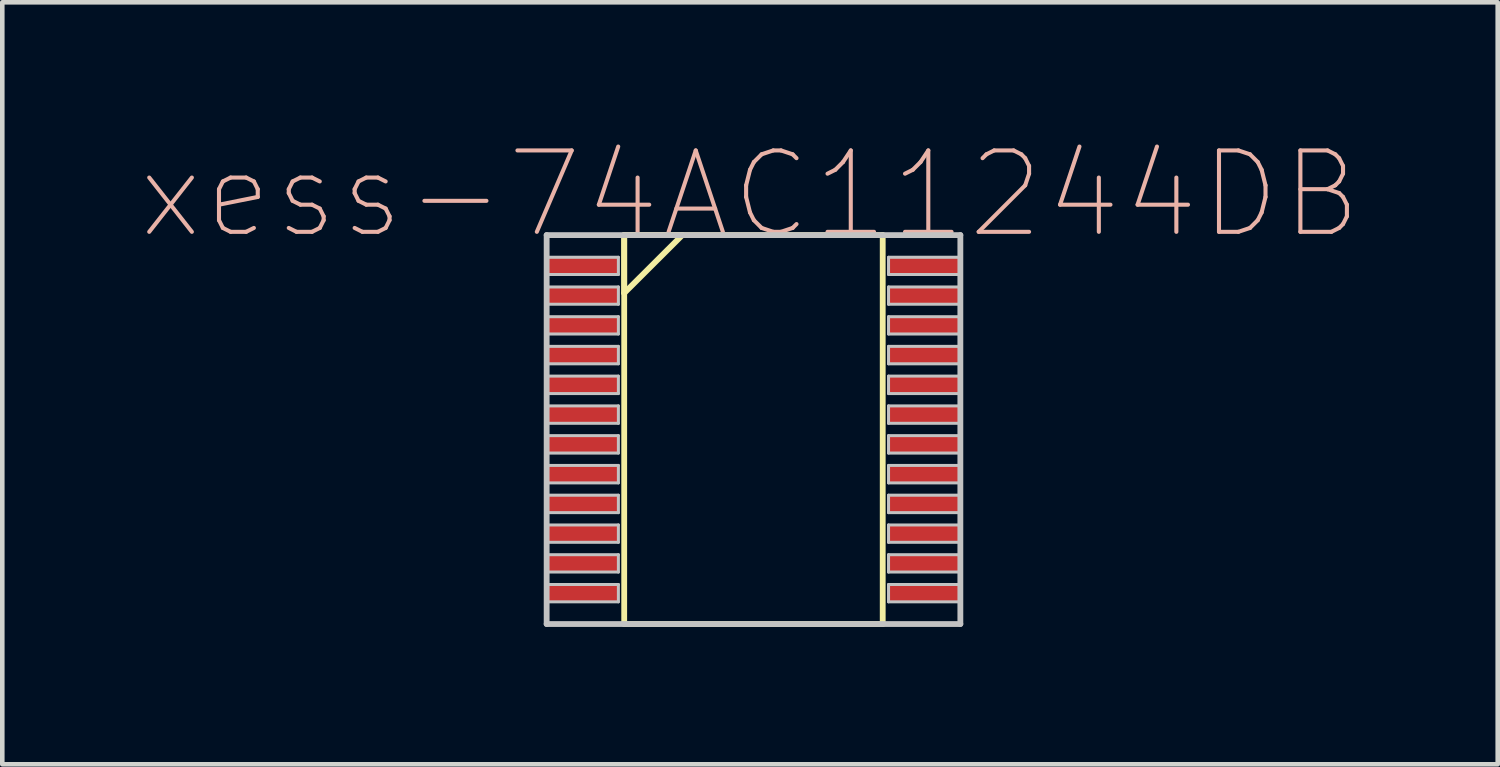
<source format=kicad_pcb>
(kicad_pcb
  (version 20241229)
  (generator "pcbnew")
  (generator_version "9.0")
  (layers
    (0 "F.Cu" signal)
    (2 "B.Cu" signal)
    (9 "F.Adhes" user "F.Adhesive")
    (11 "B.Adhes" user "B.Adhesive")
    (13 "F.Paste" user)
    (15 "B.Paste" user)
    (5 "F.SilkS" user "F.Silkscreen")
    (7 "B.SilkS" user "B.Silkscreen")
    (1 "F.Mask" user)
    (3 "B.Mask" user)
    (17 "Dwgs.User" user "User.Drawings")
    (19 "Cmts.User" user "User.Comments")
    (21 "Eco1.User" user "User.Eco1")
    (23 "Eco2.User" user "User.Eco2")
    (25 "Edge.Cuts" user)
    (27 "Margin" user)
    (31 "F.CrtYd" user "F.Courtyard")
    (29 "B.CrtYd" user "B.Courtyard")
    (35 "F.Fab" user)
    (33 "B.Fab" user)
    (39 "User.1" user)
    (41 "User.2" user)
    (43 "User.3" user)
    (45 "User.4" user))
  (footprint "xess-74AC11244DB"
    (layer "F.Cu")
    (at 9.785 2.758)
    (property "Reference" "xess-74AC11244DB" (at 3.548 -1.562 0) (layer "B.SilkS") (effects (font (size 1.778 1.778) (thickness 0.089))))
    (attr smd)
    (fp_line (start 0.8 -0.673) (end 0.8 0.594) (stroke (width 0.127) (type solid)) (layer "F.SilkS"))
    (fp_line (start 0.8 -0.673) (end 0.8 7.823) (stroke (width 0.127) (type solid)) (layer "F.SilkS"))
    (fp_line (start 0.8 0.594) (end 2.07 -0.673) (stroke (width 0.127) (type solid)) (layer "F.SilkS"))
    (fp_line (start 0.8 7.823) (end 6.447 7.823) (stroke (width 0.127) (type solid)) (layer "F.SilkS"))
    (fp_line (start 2.07 -0.673) (end 0.8 -0.673) (stroke (width 0.127) (type solid)) (layer "F.SilkS"))
    (fp_line (start 6.447 -0.673) (end 0.8 -0.673) (stroke (width 0.127) (type solid)) (layer "F.SilkS"))
    (fp_line (start 6.447 7.823) (end 6.447 -0.673) (stroke (width 0.127) (type solid)) (layer "F.SilkS"))
    (fp_line (start -0.894 -0.673) (end -0.894 7.823) (stroke (width 0.127) (type solid)) (layer "Dwgs.User"))
    (fp_line (start -0.894 -0.188) (end 0.673 -0.188) (stroke (width 0.066) (type solid)) (layer "Dwgs.User"))
    (fp_line (start -0.894 0.188) (end -0.894 -0.188) (stroke (width 0.066) (type solid)) (layer "Dwgs.User"))
    (fp_line (start -0.894 0.188) (end 0.673 0.188) (stroke (width 0.066) (type solid)) (layer "Dwgs.User"))
    (fp_line (start -0.894 0.46) (end 0.673 0.46) (stroke (width 0.066) (type solid)) (layer "Dwgs.User"))
    (fp_line (start -0.894 0.838) (end -0.894 0.46) (stroke (width 0.066) (type solid)) (layer "Dwgs.User"))
    (fp_line (start -0.894 0.838) (end 0.673 0.838) (stroke (width 0.066) (type solid)) (layer "Dwgs.User"))
    (fp_line (start -0.894 1.11) (end 0.673 1.11) (stroke (width 0.066) (type solid)) (layer "Dwgs.User"))
    (fp_line (start -0.894 1.488) (end -0.894 1.11) (stroke (width 0.066) (type solid)) (layer "Dwgs.User"))
    (fp_line (start -0.894 1.488) (end 0.673 1.488) (stroke (width 0.066) (type solid)) (layer "Dwgs.User"))
    (fp_line (start -0.894 1.758) (end 0.673 1.758) (stroke (width 0.066) (type solid)) (layer "Dwgs.User"))
    (fp_line (start -0.894 2.139) (end -0.894 1.758) (stroke (width 0.066) (type solid)) (layer "Dwgs.User"))
    (fp_line (start -0.894 2.139) (end 0.673 2.139) (stroke (width 0.066) (type solid)) (layer "Dwgs.User"))
    (fp_line (start -0.894 2.408) (end 0.673 2.408) (stroke (width 0.066) (type solid)) (layer "Dwgs.User"))
    (fp_line (start -0.894 2.789) (end -0.894 2.408) (stroke (width 0.066) (type solid)) (layer "Dwgs.User"))
    (fp_line (start -0.894 2.789) (end 0.673 2.789) (stroke (width 0.066) (type solid)) (layer "Dwgs.User"))
    (fp_line (start -0.894 3.058) (end 0.673 3.058) (stroke (width 0.066) (type solid)) (layer "Dwgs.User"))
    (fp_line (start -0.894 3.439) (end -0.894 3.058) (stroke (width 0.066) (type solid)) (layer "Dwgs.User"))
    (fp_line (start -0.894 3.439) (end 0.673 3.439) (stroke (width 0.066) (type solid)) (layer "Dwgs.User"))
    (fp_line (start -0.894 3.708) (end 0.673 3.708) (stroke (width 0.066) (type solid)) (layer "Dwgs.User"))
    (fp_line (start -0.894 4.089) (end -0.894 3.708) (stroke (width 0.066) (type solid)) (layer "Dwgs.User"))
    (fp_line (start -0.894 4.089) (end 0.673 4.089) (stroke (width 0.066) (type solid)) (layer "Dwgs.User"))
    (fp_line (start -0.894 4.359) (end 0.673 4.359) (stroke (width 0.066) (type solid)) (layer "Dwgs.User"))
    (fp_line (start -0.894 4.74) (end -0.894 4.359) (stroke (width 0.066) (type solid)) (layer "Dwgs.User"))
    (fp_line (start -0.894 4.74) (end 0.673 4.74) (stroke (width 0.066) (type solid)) (layer "Dwgs.User"))
    (fp_line (start -0.894 5.009) (end 0.673 5.009) (stroke (width 0.066) (type solid)) (layer "Dwgs.User"))
    (fp_line (start -0.894 5.39) (end -0.894 5.009) (stroke (width 0.066) (type solid)) (layer "Dwgs.User"))
    (fp_line (start -0.894 5.39) (end 0.673 5.39) (stroke (width 0.066) (type solid)) (layer "Dwgs.User"))
    (fp_line (start -0.894 5.659) (end 0.673 5.659) (stroke (width 0.066) (type solid)) (layer "Dwgs.User"))
    (fp_line (start -0.894 6.038) (end -0.894 5.659) (stroke (width 0.066) (type solid)) (layer "Dwgs.User"))
    (fp_line (start -0.894 6.038) (end 0.673 6.038) (stroke (width 0.066) (type solid)) (layer "Dwgs.User"))
    (fp_line (start -0.894 6.309) (end 0.673 6.309) (stroke (width 0.066) (type solid)) (layer "Dwgs.User"))
    (fp_line (start -0.894 6.688) (end -0.894 6.309) (stroke (width 0.066) (type solid)) (layer "Dwgs.User"))
    (fp_line (start -0.894 6.688) (end 0.673 6.688) (stroke (width 0.066) (type solid)) (layer "Dwgs.User"))
    (fp_line (start -0.894 6.96) (end 0.673 6.96) (stroke (width 0.066) (type solid)) (layer "Dwgs.User"))
    (fp_line (start -0.894 7.338) (end -0.894 6.96) (stroke (width 0.066) (type solid)) (layer "Dwgs.User"))
    (fp_line (start -0.894 7.338) (end 0.673 7.338) (stroke (width 0.066) (type solid)) (layer "Dwgs.User"))
    (fp_line (start -0.894 7.823) (end 8.143 7.823) (stroke (width 0.127) (type solid)) (layer "Dwgs.User"))
    (fp_line (start 0.673 0.188) (end 0.673 -0.188) (stroke (width 0.066) (type solid)) (layer "Dwgs.User"))
    (fp_line (start 0.673 0.838) (end 0.673 0.46) (stroke (width 0.066) (type solid)) (layer "Dwgs.User"))
    (fp_line (start 0.673 1.488) (end 0.673 1.11) (stroke (width 0.066) (type solid)) (layer "Dwgs.User"))
    (fp_line (start 0.673 2.139) (end 0.673 1.758) (stroke (width 0.066) (type solid)) (layer "Dwgs.User"))
    (fp_line (start 0.673 2.789) (end 0.673 2.408) (stroke (width 0.066) (type solid)) (layer "Dwgs.User"))
    (fp_line (start 0.673 3.439) (end 0.673 3.058) (stroke (width 0.066) (type solid)) (layer "Dwgs.User"))
    (fp_line (start 0.673 4.089) (end 0.673 3.708) (stroke (width 0.066) (type solid)) (layer "Dwgs.User"))
    (fp_line (start 0.673 4.74) (end 0.673 4.359) (stroke (width 0.066) (type solid)) (layer "Dwgs.User"))
    (fp_line (start 0.673 5.39) (end 0.673 5.009) (stroke (width 0.066) (type solid)) (layer "Dwgs.User"))
    (fp_line (start 0.673 6.038) (end 0.673 5.659) (stroke (width 0.066) (type solid)) (layer "Dwgs.User"))
    (fp_line (start 0.673 6.688) (end 0.673 6.309) (stroke (width 0.066) (type solid)) (layer "Dwgs.User"))
    (fp_line (start 0.673 7.338) (end 0.673 6.96) (stroke (width 0.066) (type solid)) (layer "Dwgs.User"))
    (fp_line (start 6.574 -0.188) (end 8.143 -0.188) (stroke (width 0.066) (type solid)) (layer "Dwgs.User"))
    (fp_line (start 6.574 0.188) (end 6.574 -0.188) (stroke (width 0.066) (type solid)) (layer "Dwgs.User"))
    (fp_line (start 6.574 0.188) (end 8.143 0.188) (stroke (width 0.066) (type solid)) (layer "Dwgs.User"))
    (fp_line (start 6.574 0.46) (end 8.143 0.46) (stroke (width 0.066) (type solid)) (layer "Dwgs.User"))
    (fp_line (start 6.574 0.838) (end 6.574 0.46) (stroke (width 0.066) (type solid)) (layer "Dwgs.User"))
    (fp_line (start 6.574 0.838) (end 8.143 0.838) (stroke (width 0.066) (type solid)) (layer "Dwgs.User"))
    (fp_line (start 6.574 1.11) (end 8.143 1.11) (stroke (width 0.066) (type solid)) (layer "Dwgs.User"))
    (fp_line (start 6.574 1.488) (end 6.574 1.11) (stroke (width 0.066) (type solid)) (layer "Dwgs.User"))
    (fp_line (start 6.574 1.488) (end 8.143 1.488) (stroke (width 0.066) (type solid)) (layer "Dwgs.User"))
    (fp_line (start 6.574 1.758) (end 8.143 1.758) (stroke (width 0.066) (type solid)) (layer "Dwgs.User"))
    (fp_line (start 6.574 2.139) (end 6.574 1.758) (stroke (width 0.066) (type solid)) (layer "Dwgs.User"))
    (fp_line (start 6.574 2.139) (end 8.143 2.139) (stroke (width 0.066) (type solid)) (layer "Dwgs.User"))
    (fp_line (start 6.574 2.408) (end 8.143 2.408) (stroke (width 0.066) (type solid)) (layer "Dwgs.User"))
    (fp_line (start 6.574 2.789) (end 6.574 2.408) (stroke (width 0.066) (type solid)) (layer "Dwgs.User"))
    (fp_line (start 6.574 2.789) (end 8.143 2.789) (stroke (width 0.066) (type solid)) (layer "Dwgs.User"))
    (fp_line (start 6.574 3.058) (end 8.143 3.058) (stroke (width 0.066) (type solid)) (layer "Dwgs.User"))
    (fp_line (start 6.574 3.439) (end 6.574 3.058) (stroke (width 0.066) (type solid)) (layer "Dwgs.User"))
    (fp_line (start 6.574 3.439) (end 8.143 3.439) (stroke (width 0.066) (type solid)) (layer "Dwgs.User"))
    (fp_line (start 6.574 3.708) (end 8.143 3.708) (stroke (width 0.066) (type solid)) (layer "Dwgs.User"))
    (fp_line (start 6.574 4.089) (end 6.574 3.708) (stroke (width 0.066) (type solid)) (layer "Dwgs.User"))
    (fp_line (start 6.574 4.089) (end 8.143 4.089) (stroke (width 0.066) (type solid)) (layer "Dwgs.User"))
    (fp_line (start 6.574 4.359) (end 8.143 4.359) (stroke (width 0.066) (type solid)) (layer "Dwgs.User"))
    (fp_line (start 6.574 4.74) (end 6.574 4.359) (stroke (width 0.066) (type solid)) (layer "Dwgs.User"))
    (fp_line (start 6.574 4.74) (end 8.143 4.74) (stroke (width 0.066) (type solid)) (layer "Dwgs.User"))
    (fp_line (start 6.574 5.009) (end 8.143 5.009) (stroke (width 0.066) (type solid)) (layer "Dwgs.User"))
    (fp_line (start 6.574 5.39) (end 6.574 5.009) (stroke (width 0.066) (type solid)) (layer "Dwgs.User"))
    (fp_line (start 6.574 5.39) (end 8.143 5.39) (stroke (width 0.066) (type solid)) (layer "Dwgs.User"))
    (fp_line (start 6.574 5.659) (end 8.143 5.659) (stroke (width 0.066) (type solid)) (layer "Dwgs.User"))
    (fp_line (start 6.574 6.038) (end 6.574 5.659) (stroke (width 0.066) (type solid)) (layer "Dwgs.User"))
    (fp_line (start 6.574 6.038) (end 8.143 6.038) (stroke (width 0.066) (type solid)) (layer "Dwgs.User"))
    (fp_line (start 6.574 6.309) (end 8.143 6.309) (stroke (width 0.066) (type solid)) (layer "Dwgs.User"))
    (fp_line (start 6.574 6.688) (end 6.574 6.309) (stroke (width 0.066) (type solid)) (layer "Dwgs.User"))
    (fp_line (start 6.574 6.688) (end 8.143 6.688) (stroke (width 0.066) (type solid)) (layer "Dwgs.User"))
    (fp_line (start 6.574 6.96) (end 8.143 6.96) (stroke (width 0.066) (type solid)) (layer "Dwgs.User"))
    (fp_line (start 6.574 7.338) (end 6.574 6.96) (stroke (width 0.066) (type solid)) (layer "Dwgs.User"))
    (fp_line (start 6.574 7.338) (end 8.143 7.338) (stroke (width 0.066) (type solid)) (layer "Dwgs.User"))
    (fp_line (start 8.143 -0.673) (end -0.894 -0.673) (stroke (width 0.127) (type solid)) (layer "Dwgs.User"))
    (fp_line (start 8.143 0.188) (end 8.143 -0.188) (stroke (width 0.066) (type solid)) (layer "Dwgs.User"))
    (fp_line (start 8.143 0.838) (end 8.143 0.46) (stroke (width 0.066) (type solid)) (layer "Dwgs.User"))
    (fp_line (start 8.143 1.488) (end 8.143 1.11) (stroke (width 0.066) (type solid)) (layer "Dwgs.User"))
    (fp_line (start 8.143 2.139) (end 8.143 1.758) (stroke (width 0.066) (type solid)) (layer "Dwgs.User"))
    (fp_line (start 8.143 2.789) (end 8.143 2.408) (stroke (width 0.066) (type solid)) (layer "Dwgs.User"))
    (fp_line (start 8.143 3.439) (end 8.143 3.058) (stroke (width 0.066) (type solid)) (layer "Dwgs.User"))
    (fp_line (start 8.143 4.089) (end 8.143 3.708) (stroke (width 0.066) (type solid)) (layer "Dwgs.User"))
    (fp_line (start 8.143 4.74) (end 8.143 4.359) (stroke (width 0.066) (type solid)) (layer "Dwgs.User"))
    (fp_line (start 8.143 5.39) (end 8.143 5.009) (stroke (width 0.066) (type solid)) (layer "Dwgs.User"))
    (fp_line (start 8.143 6.038) (end 8.143 5.659) (stroke (width 0.066) (type solid)) (layer "Dwgs.User"))
    (fp_line (start 8.143 6.688) (end 8.143 6.309) (stroke (width 0.066) (type solid)) (layer "Dwgs.User"))
    (fp_line (start 8.143 7.338) (end 8.143 6.96) (stroke (width 0.066) (type solid)) (layer "Dwgs.User"))
    (fp_line (start 8.143 7.823) (end 8.143 -0.673) (stroke (width 0.127) (type solid)) (layer "Dwgs.User"))
    (pad "1" smd rect (at -0.109 0) (size 1.57 0.378) (layers "F.Cu" "F.Mask" "F.Paste"))
    (pad "2" smd rect (at -0.109 0.648) (size 1.57 0.378) (layers "F.Cu" "F.Mask" "F.Paste"))
    (pad "3" smd rect (at -0.109 1.298) (size 1.57 0.378) (layers "F.Cu" "F.Mask" "F.Paste"))
    (pad "4" smd rect (at -0.109 1.948) (size 1.57 0.378) (layers "F.Cu" "F.Mask" "F.Paste"))
    (pad "5" smd rect (at -0.109 2.598) (size 1.57 0.378) (layers "F.Cu" "F.Mask" "F.Paste"))
    (pad "6" smd rect (at -0.109 3.249) (size 1.57 0.378) (layers "F.Cu" "F.Mask" "F.Paste"))
    (pad "7" smd rect (at -0.109 3.899) (size 1.57 0.378) (layers "F.Cu" "F.Mask" "F.Paste"))
    (pad "8" smd rect (at -0.109 4.549) (size 1.57 0.378) (layers "F.Cu" "F.Mask" "F.Paste"))
    (pad "9" smd rect (at -0.109 5.199) (size 1.57 0.378) (layers "F.Cu" "F.Mask" "F.Paste"))
    (pad "10" smd rect (at -0.109 5.85) (size 1.57 0.378) (layers "F.Cu" "F.Mask" "F.Paste"))
    (pad "11" smd rect (at -0.109 6.5) (size 1.57 0.378) (layers "F.Cu" "F.Mask" "F.Paste"))
    (pad "12" smd rect (at -0.109 7.148) (size 1.57 0.378) (layers "F.Cu" "F.Mask" "F.Paste"))
    (pad "13" smd rect (at 7.358 7.148) (size 1.57 0.378) (layers "F.Cu" "F.Mask" "F.Paste"))
    (pad "14" smd rect (at 7.358 6.5) (size 1.57 0.378) (layers "F.Cu" "F.Mask" "F.Paste"))
    (pad "15" smd rect (at 7.358 5.85) (size 1.57 0.378) (layers "F.Cu" "F.Mask" "F.Paste"))
    (pad "16" smd rect (at 7.358 5.199) (size 1.57 0.378) (layers "F.Cu" "F.Mask" "F.Paste"))
    (pad "17" smd rect (at 7.358 4.549) (size 1.57 0.378) (layers "F.Cu" "F.Mask" "F.Paste"))
    (pad "18" smd rect (at 7.358 3.899) (size 1.57 0.378) (layers "F.Cu" "F.Mask" "F.Paste"))
    (pad "19" smd rect (at 7.358 3.249) (size 1.57 0.378) (layers "F.Cu" "F.Mask" "F.Paste"))
    (pad "20" smd rect (at 7.358 2.598) (size 1.57 0.378) (layers "F.Cu" "F.Mask" "F.Paste"))
    (pad "21" smd rect (at 7.358 1.948) (size 1.57 0.378) (layers "F.Cu" "F.Mask" "F.Paste"))
    (pad "22" smd rect (at 7.358 1.298) (size 1.57 0.378) (layers "F.Cu" "F.Mask" "F.Paste"))
    (pad "23" smd rect (at 7.358 0.648) (size 1.57 0.378) (layers "F.Cu" "F.Mask" "F.Paste"))
    (pad "24" smd rect (at 7.358 0) (size 1.57 0.378) (layers "F.Cu" "F.Mask" "F.Paste")))
  (gr_rect
    (start -3 -3)
    (end 29.666 13.645)
    (stroke (width 0.1) (type default))
    (fill no)
    (layer "Edge.Cuts")))
</source>
